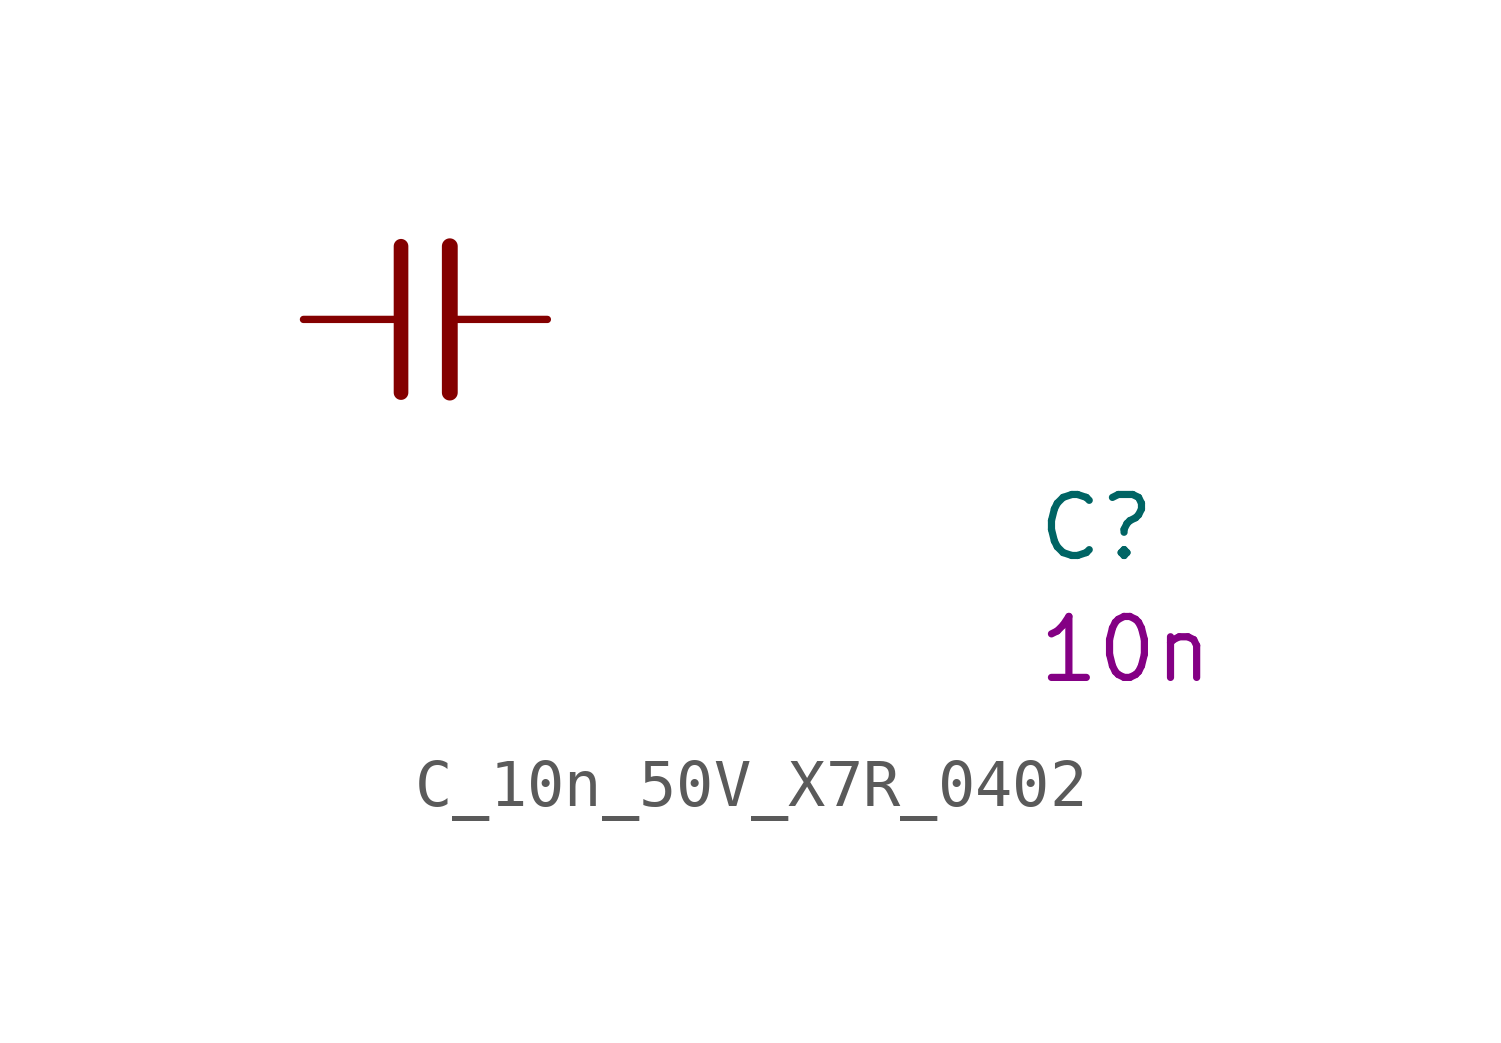
<source format=kicad_sym>
(kicad_symbol_lib
  (version 20220914)
  (generator kicad_symbol_editor)
  (symbol "C_10n_50V_X7R_0402"
    (pin_numbers hide)
    (pin_names hide)
    (property "Reference" "C"
      (at 15.24 -5.08 0)
      (effects (font (size 1.27 1.27) (thickness 0.15)) (justify left bottom)))
    (property "Val" "10n"
      (at 15.24 -7.62 0)
      (effects (font (size 1.27 1.27) (thickness 0.15)) (justify left bottom)))
    (symbol "C_10n_50V_X7R_0402_0_1"
      (polyline (pts (xy 2.032 -1.524) (xy 2.032 1.524)) (stroke (width 0.305) (type default)) (fill (type none)))
      (polyline (pts (xy 3.048 -1.524) (xy 3.048 1.524)) (stroke (width 0.33) (type default)) (fill (type none))))
    (symbol "C_10n_50V_X7R_0402_1_1"
      (pin passive line (at 0 0 0) (length 2.032) (name "~" (effects (font (size 1.27 1.27)))) (number "1" (effects (font (size 1.27 1.27)))))
      (pin passive line (at 5.08 0 180) (length 2.032) (name "~" (effects (font (size 1.27 1.27)))) (number "2" (effects (font (size 1.27 1.27))))))))
</source>
